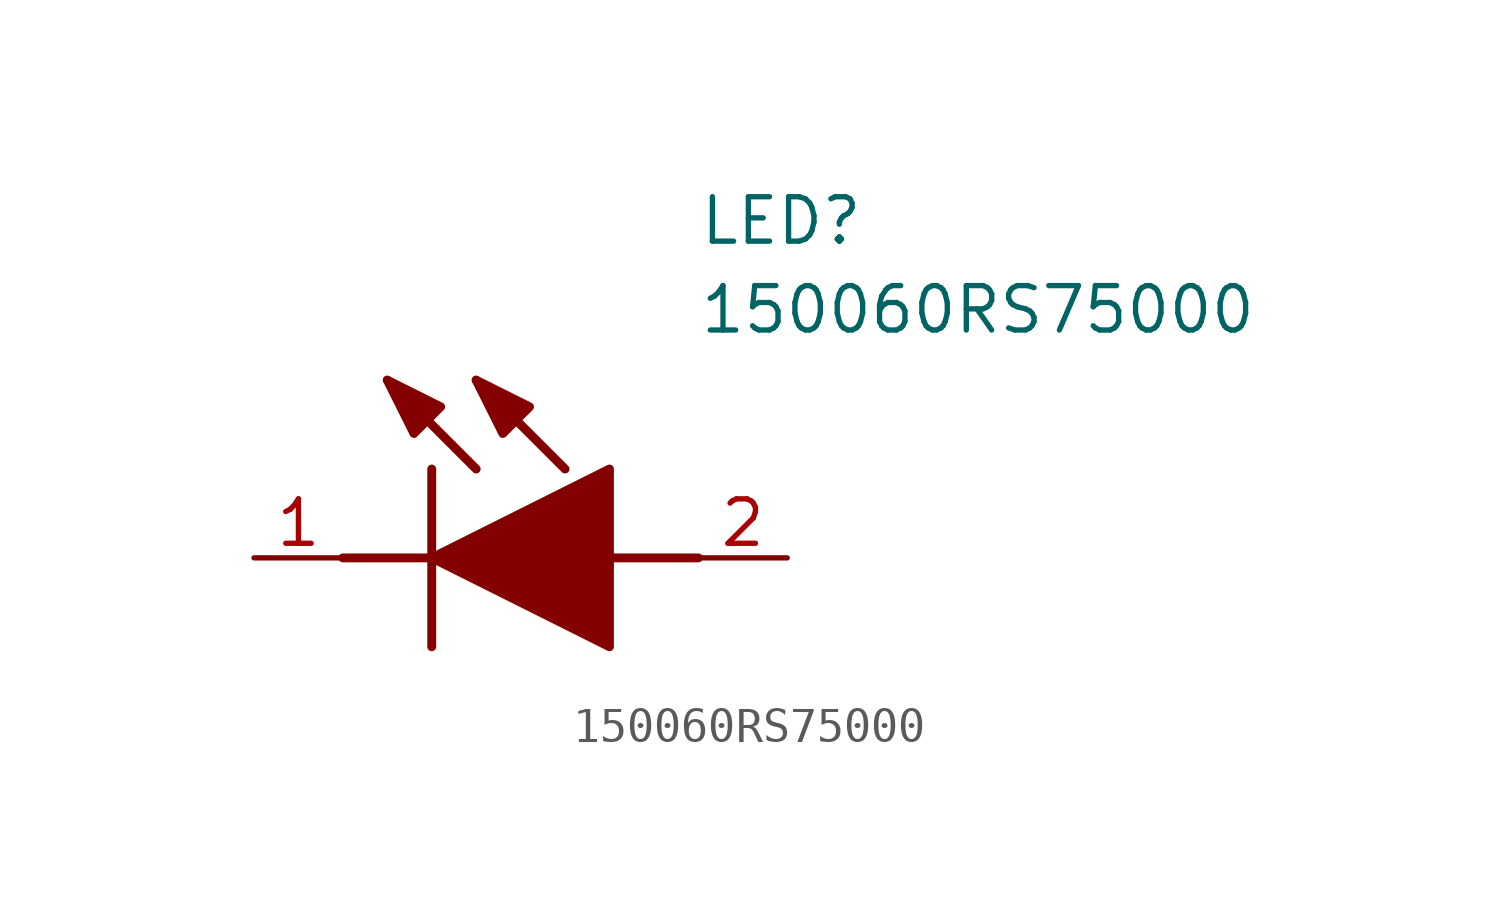
<source format=kicad_sym>
(kicad_symbol_lib
  (version 20211014)
  (generator SamacSys_ECAD_Model)
  (symbol "150060RS75000"
    (pin_names hide)
    (property "Reference" "LED"
      (at 12.7 8.89 0)
      (effects (font (size 1.27 1.27)) (justify left bottom)))
    (property "Value" "150060RS75000"
      (at 12.7 6.35 0)
      (effects (font (size 1.27 1.27)) (justify left bottom)))
    (polyline
      (pts (xy 5.08 2.54) (xy 5.08 -2.54))
      (stroke (width 0.254) (type default))
      (fill (type none)))
    (polyline
      (pts (xy 6.35 2.54) (xy 3.81 5.08))
      (stroke (width 0.254) (type default))
      (fill (type none)))
    (polyline
      (pts (xy 8.89 2.54) (xy 6.35 5.08))
      (stroke (width 0.254) (type default))
      (fill (type none)))
    (polyline
      (pts (xy 2.54 0) (xy 5.08 0))
      (stroke (width 0.254) (type default))
      (fill (type none)))
    (polyline
      (pts (xy 10.16 0) (xy 12.7 0))
      (stroke (width 0.254) (type default))
      (fill (type none)))
    (polyline
      (pts (xy 5.08 0) (xy 10.16 2.54) (xy 10.16 -2.54) (xy 5.08 0))
      (stroke (width 0.254) (type default))
      (fill (type outline)))
    (polyline
      (pts (xy 5.334 4.318) (xy 4.572 3.556) (xy 3.81 5.08) (xy 5.334 4.318))
      (stroke (width 0.254) (type default))
      (fill (type outline)))
    (polyline
      (pts (xy 7.874 4.318) (xy 7.112 3.556) (xy 6.35 5.08) (xy 7.874 4.318))
      (stroke (width 0.254) (type default))
      (fill (type outline)))
    (pin passive line
      (at 0 0 0)
      (length 2.54)
      (name "K" (effects (font (size 1.27 1.27))))
      (number "1" (effects (font (size 1.27 1.27)))))
    (pin passive line
      (at 15.24 0 180)
      (length 2.54)
      (name "A" (effects (font (size 1.27 1.27))))
      (number "2" (effects (font (size 1.27 1.27)))))))
</source>
